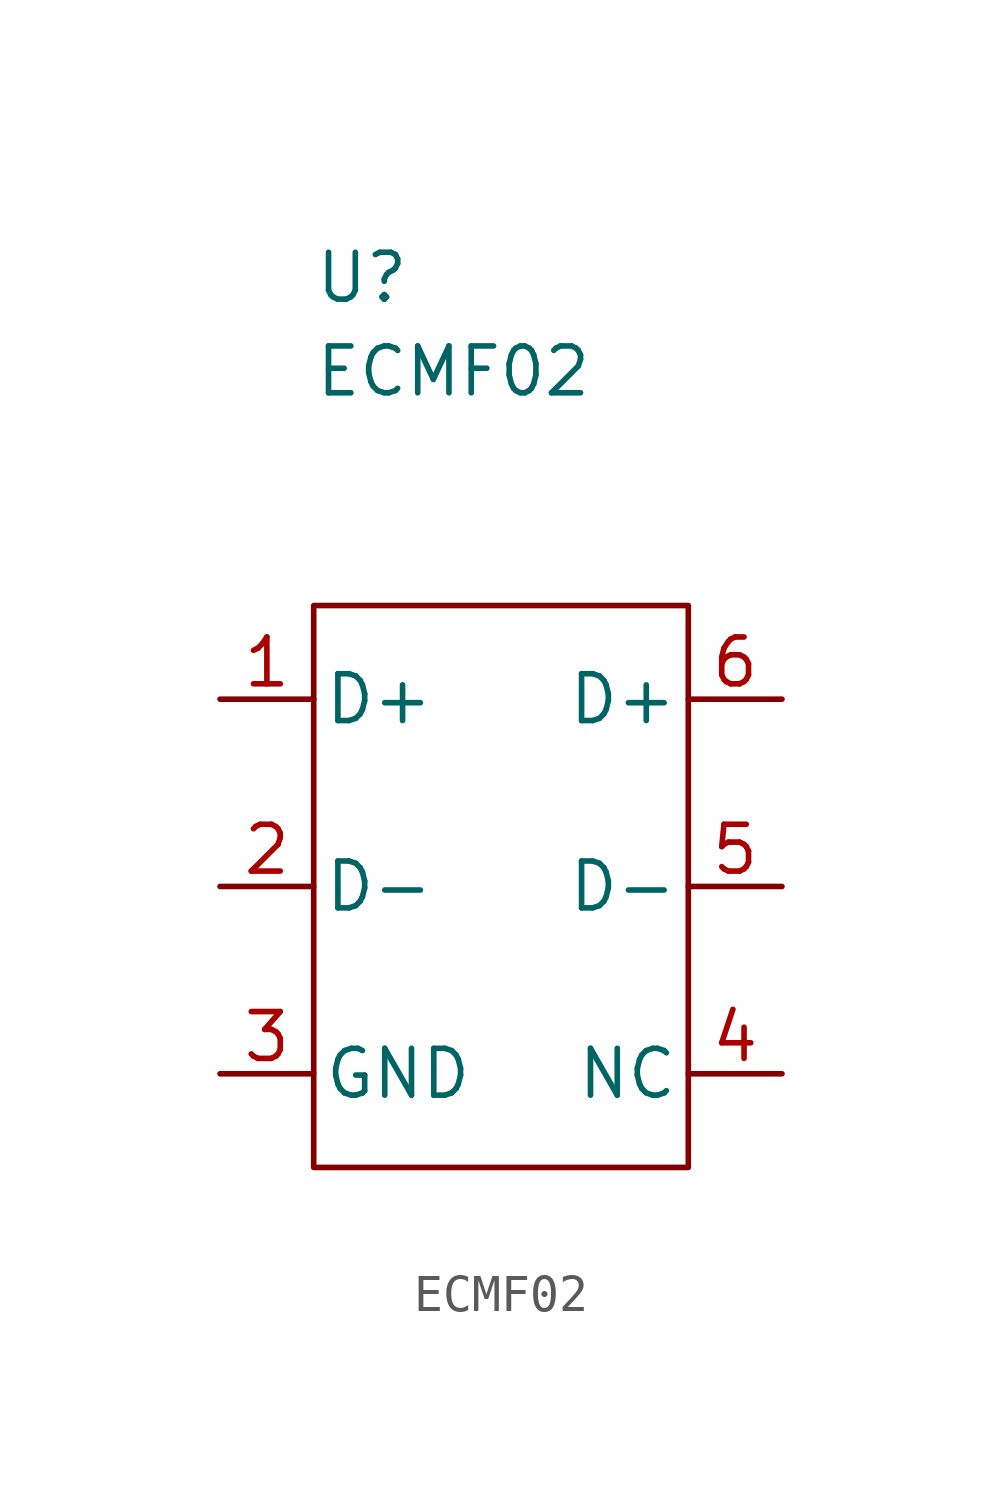
<source format=kicad_sym>
(kicad_symbol_lib
  (version 20211014)
  (generator kicad_symbol_editor)
  (symbol "ECMF02"
    (pin_names
      (offset 0.254))
    (property "Reference" "U"
      (at 0 8.89 0)
      (effects (font (size 1.27 1.27)) (justify left)))
    (property "Value" "ECMF02"
      (at 0 6.35 0)
      (effects (font (size 1.27 1.27)) (justify left)))
    (symbol "ECMF02_0_1"
      (rectangle (start 0 0) (end 10.16 -15.24) (stroke (width 0.152) (type default) (color 0 0 0 0)) (fill (type none))))
    (symbol "ECMF02_1_1"
      (pin passive line (at -2.54 -2.54 0) (length 2.54) (name "D+" (effects (font (size 1.27 1.27)))) (number "1" (effects (font (size 1.27 1.27)))))
      (pin passive line (at -2.54 -7.62 0) (length 2.54) (name "D-" (effects (font (size 1.27 1.27)))) (number "2" (effects (font (size 1.27 1.27)))))
      (pin passive line (at -2.54 -12.7 0) (length 2.54) (name "GND" (effects (font (size 1.27 1.27)))) (number "3" (effects (font (size 1.27 1.27)))))
      (pin passive line (at 12.7 -12.7 180) (length 2.54) (name "NC" (effects (font (size 1.27 1.27)))) (number "4" (effects (font (size 1.27 1.27)))))
      (pin passive line (at 12.7 -7.62 180) (length 2.54) (name "D-" (effects (font (size 1.27 1.27)))) (number "5" (effects (font (size 1.27 1.27)))))
      (pin passive line (at 12.7 -2.54 180) (length 2.54) (name "D+" (effects (font (size 1.27 1.27)))) (number "6" (effects (font (size 1.27 1.27))))))))
</source>
